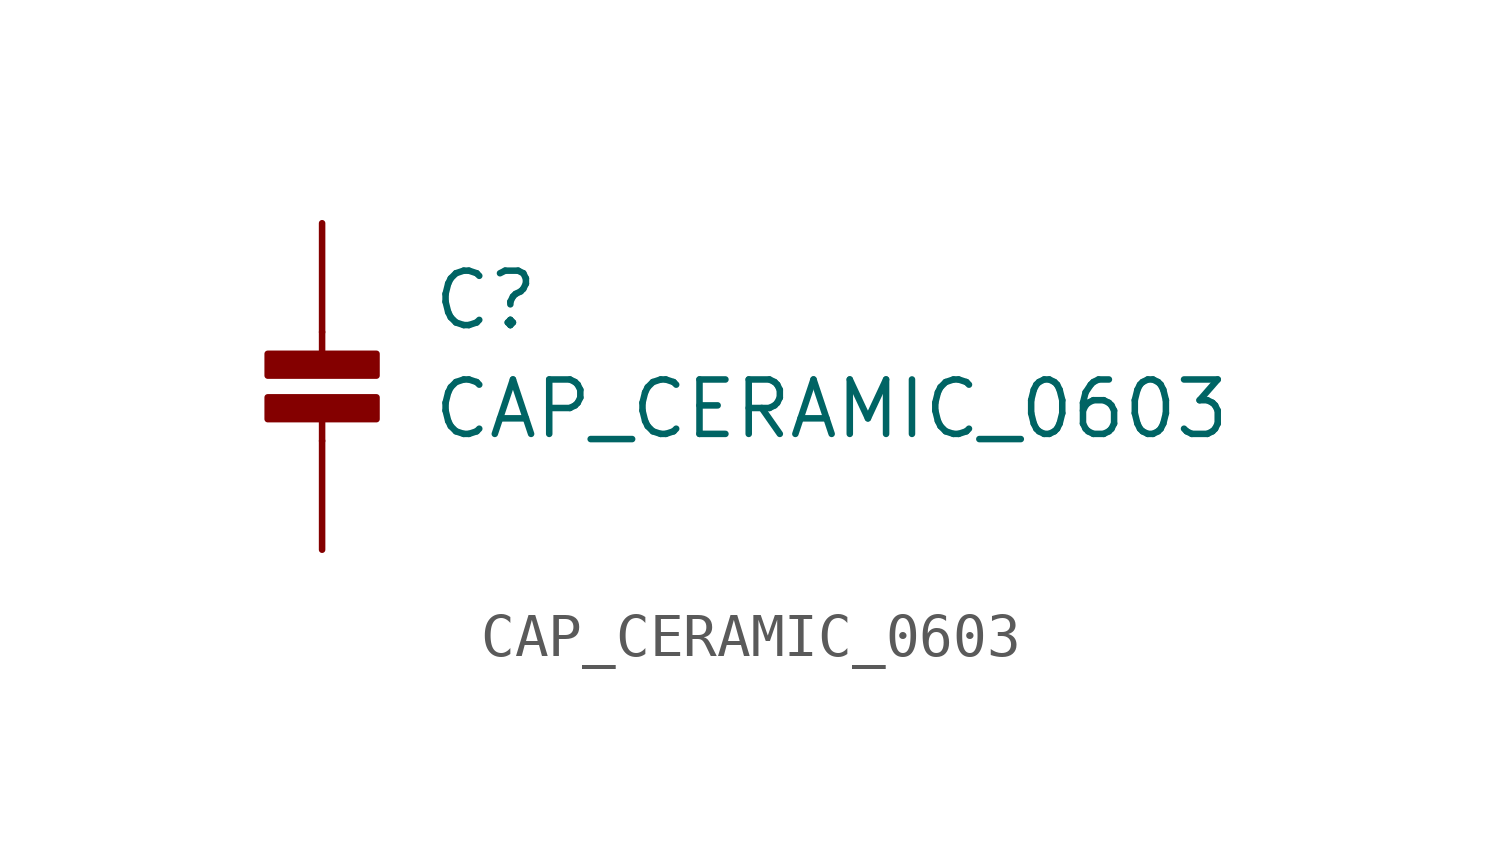
<source format=kicad_sym>
(kicad_symbol_lib
  (version 20211014)
  (generator kicad_symbol_editor)
  (symbol "CAP_CERAMIC_0603"
    (property "Reference" "C"
      (at 2.54 2.54 0)
      (effects (font (size 1.27 1.27)) (justify left bottom)))
    (property "Value" "CAP_CERAMIC_0603"
      (at 2.54 0 0)
      (effects (font (size 1.27 1.27)) (justify left bottom)))
    (property "ki_locked" ""
      (at 0 0 0)
      (effects (font (size 1.27 1.27))))
    (symbol "CAP_CERAMIC_0603_1_0"
      (rectangle (start -1.27 0.508) (end 1.27 1.016) (stroke (width 0) (type default) (color 0 0 0 0)) (fill (type outline)))
      (rectangle (start -1.27 1.524) (end 1.27 2.032) (stroke (width 0) (type default) (color 0 0 0 0)) (fill (type outline)))
      (polyline (pts (xy 0 0.762) (xy 0 0)) (stroke (width 0.152) (type default) (color 0 0 0 0)) (fill (type none)))
      (polyline (pts (xy 0 2.54) (xy 0 1.778)) (stroke (width 0.152) (type default) (color 0 0 0 0)) (fill (type none)))
      (pin passive line (at 0 5.08 270) (length 2.54) (name "P$1" (effects (font (size 0 0)))) (number "1" (effects (font (size 0 0)))))
      (pin passive line (at 0 -2.54 90) (length 2.54) (name "P$2" (effects (font (size 0 0)))) (number "2" (effects (font (size 0 0))))))))
</source>
